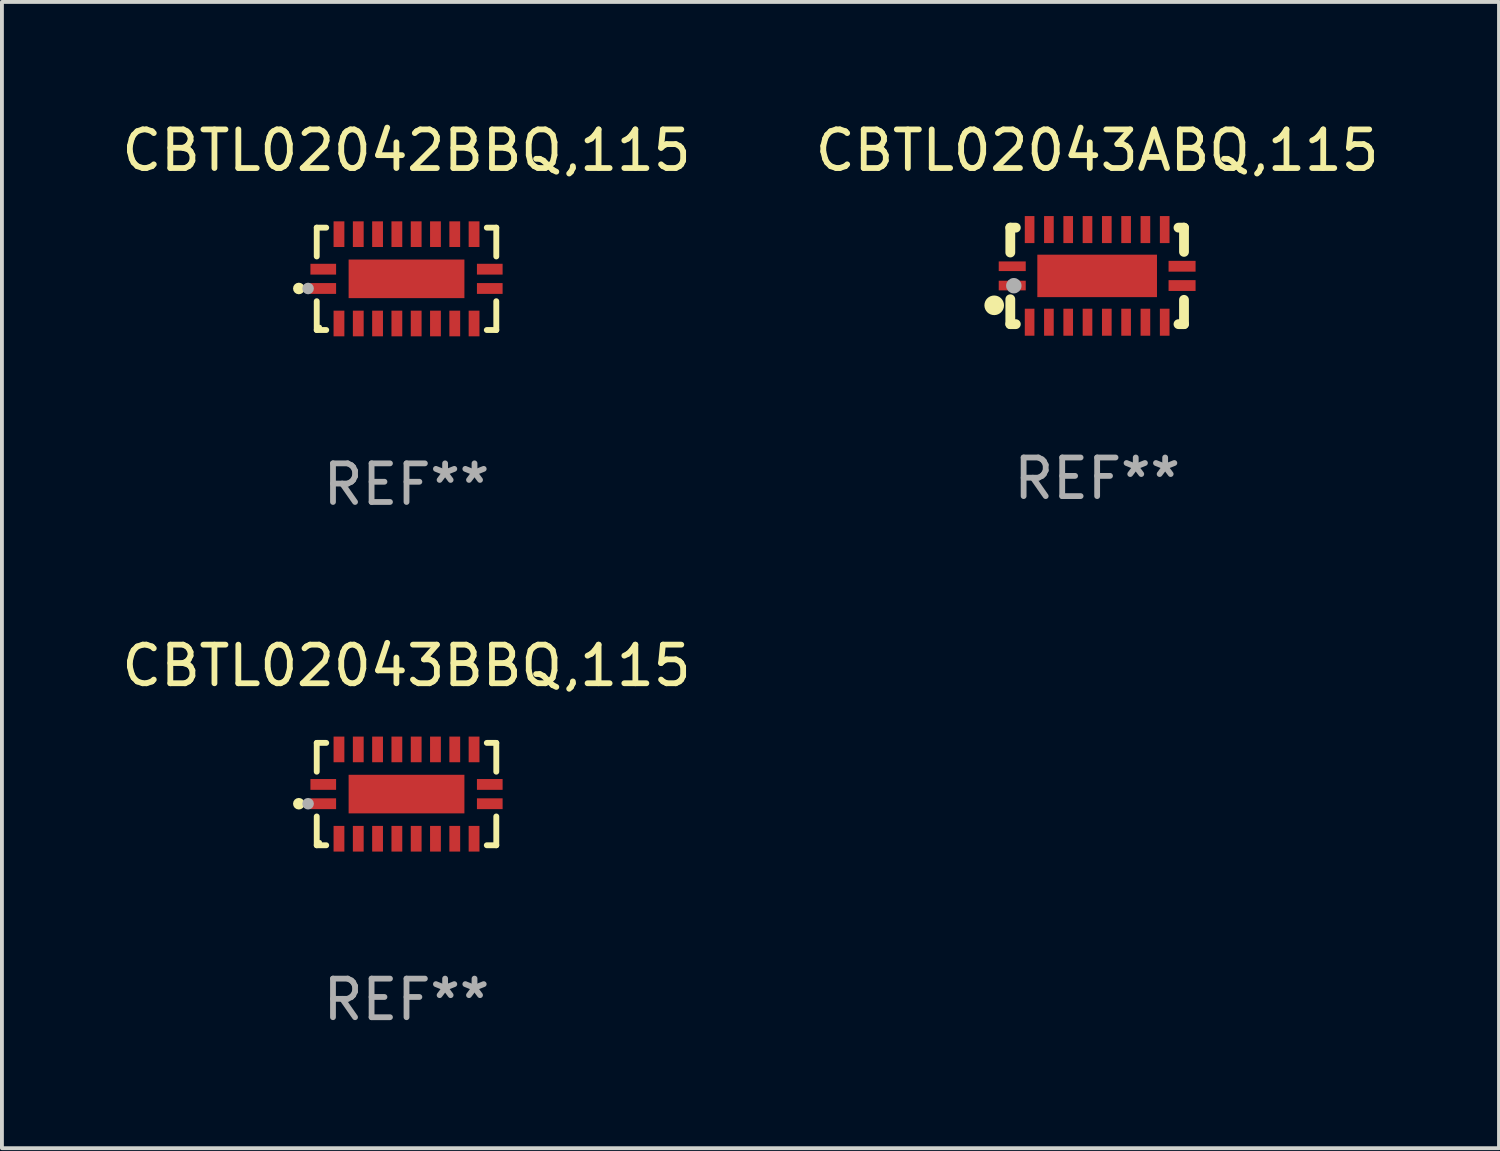
<source format=kicad_pcb>
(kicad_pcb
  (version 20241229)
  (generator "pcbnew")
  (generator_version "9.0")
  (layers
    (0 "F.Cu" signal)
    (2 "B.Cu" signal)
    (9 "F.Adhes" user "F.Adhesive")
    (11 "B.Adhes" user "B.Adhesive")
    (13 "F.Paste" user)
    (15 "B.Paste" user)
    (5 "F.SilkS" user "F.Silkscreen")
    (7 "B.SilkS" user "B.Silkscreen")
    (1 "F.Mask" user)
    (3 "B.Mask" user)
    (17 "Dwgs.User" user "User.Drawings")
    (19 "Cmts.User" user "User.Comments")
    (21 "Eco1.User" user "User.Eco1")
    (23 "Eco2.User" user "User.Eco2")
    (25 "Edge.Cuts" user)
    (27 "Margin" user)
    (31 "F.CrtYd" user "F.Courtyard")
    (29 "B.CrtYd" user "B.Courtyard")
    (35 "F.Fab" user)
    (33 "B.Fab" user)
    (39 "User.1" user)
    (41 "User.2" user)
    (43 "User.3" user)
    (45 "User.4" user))
  (footprint "CBTL02043BBQ,115"
    (layer "F.Cu")
    (at 7.482 17.523)
    (property "Reference" "CBTL02043BBQ,115" (at 0 -3.326 0) (layer "F.SilkS") (effects (font (size 1 1) (thickness 0.15))))
    (attr through_hole)
    (fp_line (start -2.326 -1.326) (end -2.08 -1.326) (stroke (width 0.152) (type solid)) (layer "F.SilkS"))
    (fp_line (start -2.326 -0.58) (end -2.326 -1.326) (stroke (width 0.152) (type solid)) (layer "F.SilkS"))
    (fp_line (start -2.326 0.58) (end -2.326 1.326) (stroke (width 0.152) (type solid)) (layer "F.SilkS"))
    (fp_line (start -2.326 1.326) (end -2.08 1.326) (stroke (width 0.152) (type solid)) (layer "F.SilkS"))
    (fp_line (start 2.326 -1.326) (end 2.08 -1.326) (stroke (width 0.152) (type solid)) (layer "F.SilkS"))
    (fp_line (start 2.326 -0.58) (end 2.326 -1.326) (stroke (width 0.152) (type solid)) (layer "F.SilkS"))
    (fp_line (start 2.326 0.58) (end 2.326 1.326) (stroke (width 0.152) (type solid)) (layer "F.SilkS"))
    (fp_line (start 2.326 1.326) (end 2.08 1.326) (stroke (width 0.152) (type solid)) (layer "F.SilkS"))
    (fp_circle (center -2.79 0.25) (end -2.715 0.25) (stroke (width 0.15) (type solid)) (fill no) (layer "F.SilkS"))
    (fp_circle (center -2.25 1.25) (end -2.22 1.25) (stroke (width 0.06) (type solid)) (fill no) (layer "F.SilkS"))
    (fp_circle (center -2.55 0.25) (end -2.475 0.25) (stroke (width 0.15) (type solid)) (fill no) (layer "F.Fab"))
    (fp_text user "REF**" (at 0 5.326 0) (layer "F.Fab") (effects (font (size 1 1) (thickness 0.15))))
    (pad "1" smd rect (at -2.157 0.25) (size 0.665 0.28) (layers "F.Cu" "F.Mask" "F.Paste"))
    (pad "2" smd rect (at -1.75 1.157) (size 0.28 0.665) (layers "F.Cu" "F.Mask" "F.Paste"))
    (pad "3" smd rect (at -1.25 1.157) (size 0.28 0.665) (layers "F.Cu" "F.Mask" "F.Paste"))
    (pad "4" smd rect (at -0.75 1.157) (size 0.28 0.665) (layers "F.Cu" "F.Mask" "F.Paste"))
    (pad "5" smd rect (at -0.25 1.157) (size 0.28 0.665) (layers "F.Cu" "F.Mask" "F.Paste"))
    (pad "6" smd rect (at 0.25 1.157) (size 0.28 0.665) (layers "F.Cu" "F.Mask" "F.Paste"))
    (pad "7" smd rect (at 0.75 1.157) (size 0.28 0.665) (layers "F.Cu" "F.Mask" "F.Paste"))
    (pad "8" smd rect (at 1.25 1.157) (size 0.28 0.665) (layers "F.Cu" "F.Mask" "F.Paste"))
    (pad "9" smd rect (at 1.75 1.157) (size 0.28 0.665) (layers "F.Cu" "F.Mask" "F.Paste"))
    (pad "10" smd rect (at 2.157 0.25) (size 0.665 0.28) (layers "F.Cu" "F.Mask" "F.Paste"))
    (pad "11" smd rect (at 2.157 -0.25) (size 0.665 0.28) (layers "F.Cu" "F.Mask" "F.Paste"))
    (pad "12" smd rect (at 1.75 -1.157) (size 0.28 0.665) (layers "F.Cu" "F.Mask" "F.Paste"))
    (pad "13" smd rect (at 1.25 -1.157) (size 0.28 0.665) (layers "F.Cu" "F.Mask" "F.Paste"))
    (pad "14" smd rect (at 0.75 -1.157) (size 0.28 0.665) (layers "F.Cu" "F.Mask" "F.Paste"))
    (pad "15" smd rect (at 0.25 -1.157) (size 0.28 0.665) (layers "F.Cu" "F.Mask" "F.Paste"))
    (pad "16" smd rect (at -0.25 -1.157) (size 0.28 0.665) (layers "F.Cu" "F.Mask" "F.Paste"))
    (pad "17" smd rect (at -0.75 -1.157) (size 0.28 0.665) (layers "F.Cu" "F.Mask" "F.Paste"))
    (pad "18" smd rect (at -1.25 -1.157) (size 0.28 0.665) (layers "F.Cu" "F.Mask" "F.Paste"))
    (pad "19" smd rect (at -1.75 -1.157) (size 0.28 0.665) (layers "F.Cu" "F.Mask" "F.Paste"))
    (pad "20" smd rect (at -2.157 -0.25) (size 0.665 0.28) (layers "F.Cu" "F.Mask" "F.Paste"))
    (pad "21" smd rect (at 0 0) (size 3 1) (layers "F.Cu" "F.Mask" "F.Paste")))
  (footprint "CBTL02043ABQ,115"
    (layer "F.Cu")
    (at 25.375 4.098)
    (property "Reference" "CBTL02043ABQ,115" (at 0 -3.25 0) (layer "F.SilkS") (effects (font (size 1 1) (thickness 0.15))))
    (attr through_hole)
    (fp_line (start -2.25 0.605) (end -2.25 1.25) (stroke (width 0.254) (type solid)) (layer "F.SilkS"))
    (fp_line (start -2.25 1.25) (end -2.107 1.25) (stroke (width 0.254) (type solid)) (layer "F.SilkS"))
    (fp_line (start -2.25 -1.25) (end -2.25 -0.606) (stroke (width 0.254) (type solid)) (layer "F.SilkS"))
    (fp_line (start -2.25 -1.25) (end -2.107 -1.25) (stroke (width 0.254) (type solid)) (layer "F.SilkS"))
    (fp_line (start 2.107 -1.25) (end 2.25 -1.25) (stroke (width 0.254) (type solid)) (layer "F.SilkS"))
    (fp_line (start 2.107 1.25) (end 2.25 1.25) (stroke (width 0.254) (type solid)) (layer "F.SilkS"))
    (fp_line (start 2.25 -1.25) (end 2.25 -0.622) (stroke (width 0.254) (type solid)) (layer "F.SilkS"))
    (fp_line (start 2.25 0.62) (end 2.25 1.25) (stroke (width 0.254) (type solid)) (layer "F.SilkS"))
    (fp_circle (center -2.667 0.762) (end -2.54 0.762) (stroke (width 0.254) (type solid)) (fill no) (layer "F.SilkS"))
    (fp_circle (center -2.25 1.249) (end -2.22 1.249) (stroke (width 0.06) (type solid)) (fill no) (layer "F.SilkS"))
    (fp_circle (center -2.159 0.254) (end -2.059 0.254) (stroke (width 0.2) (type solid)) (fill no) (layer "F.Fab"))
    (fp_text user "REF**" (at 0 5.25 0) (layer "F.Fab") (effects (font (size 1 1) (thickness 0.15))))
    (pad "1" smd rect (at -2.2 0.25 180) (size 0.7 0.25) (layers "F.Cu" "F.Mask" "F.Paste"))
    (pad "2" smd rect (at -1.75 1.2 90) (size 0.7 0.25) (layers "F.Cu" "F.Mask" "F.Paste"))
    (pad "3" smd rect (at -1.25 1.2 90) (size 0.7 0.25) (layers "F.Cu" "F.Mask" "F.Paste"))
    (pad "4" smd rect (at -0.75 1.2 90) (size 0.7 0.25) (layers "F.Cu" "F.Mask" "F.Paste"))
    (pad "5" smd rect (at -0.25 1.2 90) (size 0.7 0.25) (layers "F.Cu" "F.Mask" "F.Paste"))
    (pad "6" smd rect (at 0.25 1.2 90) (size 0.7 0.25) (layers "F.Cu" "F.Mask" "F.Paste"))
    (pad "7" smd rect (at 0.75 1.2 90) (size 0.7 0.25) (layers "F.Cu" "F.Mask" "F.Paste"))
    (pad "8" smd rect (at 1.25 1.2 90) (size 0.7 0.25) (layers "F.Cu" "F.Mask" "F.Paste"))
    (pad "9" smd rect (at 1.75 1.2 90) (size 0.7 0.25) (layers "F.Cu" "F.Mask" "F.Paste"))
    (pad "10" smd rect (at 2.2 0.25 180) (size 0.7 0.28) (layers "F.Cu" "F.Mask" "F.Paste"))
    (pad "11" smd rect (at 2.2 -0.25 180) (size 0.7 0.28) (layers "F.Cu" "F.Mask" "F.Paste"))
    (pad "12" smd rect (at 1.75 -1.2 90) (size 0.7 0.25) (layers "F.Cu" "F.Mask" "F.Paste"))
    (pad "13" smd rect (at 1.25 -1.2 90) (size 0.7 0.25) (layers "F.Cu" "F.Mask" "F.Paste"))
    (pad "14" smd rect (at 0.75 -1.2 90) (size 0.7 0.25) (layers "F.Cu" "F.Mask" "F.Paste"))
    (pad "15" smd rect (at 0.25 -1.2 90) (size 0.7 0.25) (layers "F.Cu" "F.Mask" "F.Paste"))
    (pad "16" smd rect (at -0.25 -1.2 90) (size 0.7 0.25) (layers "F.Cu" "F.Mask" "F.Paste"))
    (pad "17" smd rect (at -0.75 -1.2 90) (size 0.7 0.25) (layers "F.Cu" "F.Mask" "F.Paste"))
    (pad "18" smd rect (at -1.25 -1.2 90) (size 0.7 0.25) (layers "F.Cu" "F.Mask" "F.Paste"))
    (pad "19" smd rect (at -1.75 -1.2 90) (size 0.7 0.25) (layers "F.Cu" "F.Mask" "F.Paste"))
    (pad "20" smd rect (at -2.2 -0.25 180) (size 0.7 0.25) (layers "F.Cu" "F.Mask" "F.Paste"))
    (pad "21" smd rect (at 0 -0.000013 180) (size 3.1 1.1) (layers "F.Cu" "F.Mask" "F.Paste")))
  (footprint "CBTL02042BBQ,115"
    (layer "F.Cu")
    (at 7.482 4.174)
    (property "Reference" "CBTL02042BBQ,115" (at 0 -3.326 0) (layer "F.SilkS") (effects (font (size 1 1) (thickness 0.15))))
    (attr through_hole)
    (fp_line (start -2.326 -1.326) (end -2.08 -1.326) (stroke (width 0.152) (type solid)) (layer "F.SilkS"))
    (fp_line (start -2.326 -0.58) (end -2.326 -1.326) (stroke (width 0.152) (type solid)) (layer "F.SilkS"))
    (fp_line (start -2.326 0.58) (end -2.326 1.326) (stroke (width 0.152) (type solid)) (layer "F.SilkS"))
    (fp_line (start -2.326 1.326) (end -2.08 1.326) (stroke (width 0.152) (type solid)) (layer "F.SilkS"))
    (fp_line (start 2.326 -1.326) (end 2.08 -1.326) (stroke (width 0.152) (type solid)) (layer "F.SilkS"))
    (fp_line (start 2.326 -0.58) (end 2.326 -1.326) (stroke (width 0.152) (type solid)) (layer "F.SilkS"))
    (fp_line (start 2.326 0.58) (end 2.326 1.326) (stroke (width 0.152) (type solid)) (layer "F.SilkS"))
    (fp_line (start 2.326 1.326) (end 2.08 1.326) (stroke (width 0.152) (type solid)) (layer "F.SilkS"))
    (fp_circle (center -2.79 0.25) (end -2.715 0.25) (stroke (width 0.15) (type solid)) (fill no) (layer "F.SilkS"))
    (fp_circle (center -2.25 1.25) (end -2.22 1.25) (stroke (width 0.06) (type solid)) (fill no) (layer "F.SilkS"))
    (fp_circle (center -2.55 0.25) (end -2.475 0.25) (stroke (width 0.15) (type solid)) (fill no) (layer "F.Fab"))
    (fp_text user "REF**" (at 0 5.326 0) (layer "F.Fab") (effects (font (size 1 1) (thickness 0.15))))
    (pad "1" smd rect (at -2.157 0.25) (size 0.665 0.28) (layers "F.Cu" "F.Mask" "F.Paste"))
    (pad "2" smd rect (at -1.75 1.157) (size 0.28 0.665) (layers "F.Cu" "F.Mask" "F.Paste"))
    (pad "3" smd rect (at -1.25 1.157) (size 0.28 0.665) (layers "F.Cu" "F.Mask" "F.Paste"))
    (pad "4" smd rect (at -0.75 1.157) (size 0.28 0.665) (layers "F.Cu" "F.Mask" "F.Paste"))
    (pad "5" smd rect (at -0.25 1.157) (size 0.28 0.665) (layers "F.Cu" "F.Mask" "F.Paste"))
    (pad "6" smd rect (at 0.25 1.157) (size 0.28 0.665) (layers "F.Cu" "F.Mask" "F.Paste"))
    (pad "7" smd rect (at 0.75 1.157) (size 0.28 0.665) (layers "F.Cu" "F.Mask" "F.Paste"))
    (pad "8" smd rect (at 1.25 1.157) (size 0.28 0.665) (layers "F.Cu" "F.Mask" "F.Paste"))
    (pad "9" smd rect (at 1.75 1.157) (size 0.28 0.665) (layers "F.Cu" "F.Mask" "F.Paste"))
    (pad "10" smd rect (at 2.157 0.25) (size 0.665 0.28) (layers "F.Cu" "F.Mask" "F.Paste"))
    (pad "11" smd rect (at 2.157 -0.25) (size 0.665 0.28) (layers "F.Cu" "F.Mask" "F.Paste"))
    (pad "12" smd rect (at 1.75 -1.157) (size 0.28 0.665) (layers "F.Cu" "F.Mask" "F.Paste"))
    (pad "13" smd rect (at 1.25 -1.157) (size 0.28 0.665) (layers "F.Cu" "F.Mask" "F.Paste"))
    (pad "14" smd rect (at 0.75 -1.157) (size 0.28 0.665) (layers "F.Cu" "F.Mask" "F.Paste"))
    (pad "15" smd rect (at 0.25 -1.157) (size 0.28 0.665) (layers "F.Cu" "F.Mask" "F.Paste"))
    (pad "16" smd rect (at -0.25 -1.157) (size 0.28 0.665) (layers "F.Cu" "F.Mask" "F.Paste"))
    (pad "17" smd rect (at -0.75 -1.157) (size 0.28 0.665) (layers "F.Cu" "F.Mask" "F.Paste"))
    (pad "18" smd rect (at -1.25 -1.157) (size 0.28 0.665) (layers "F.Cu" "F.Mask" "F.Paste"))
    (pad "19" smd rect (at -1.75 -1.157) (size 0.28 0.665) (layers "F.Cu" "F.Mask" "F.Paste"))
    (pad "20" smd rect (at -2.157 -0.25) (size 0.665 0.28) (layers "F.Cu" "F.Mask" "F.Paste"))
    (pad "21" smd rect (at 0 0) (size 3 1) (layers "F.Cu" "F.Mask" "F.Paste")))
  (gr_rect
    (start -3 -3)
    (end 35.786 26.698)
    (stroke (width 0.1) (type default))
    (fill no)
    (layer "Edge.Cuts")))
</source>
